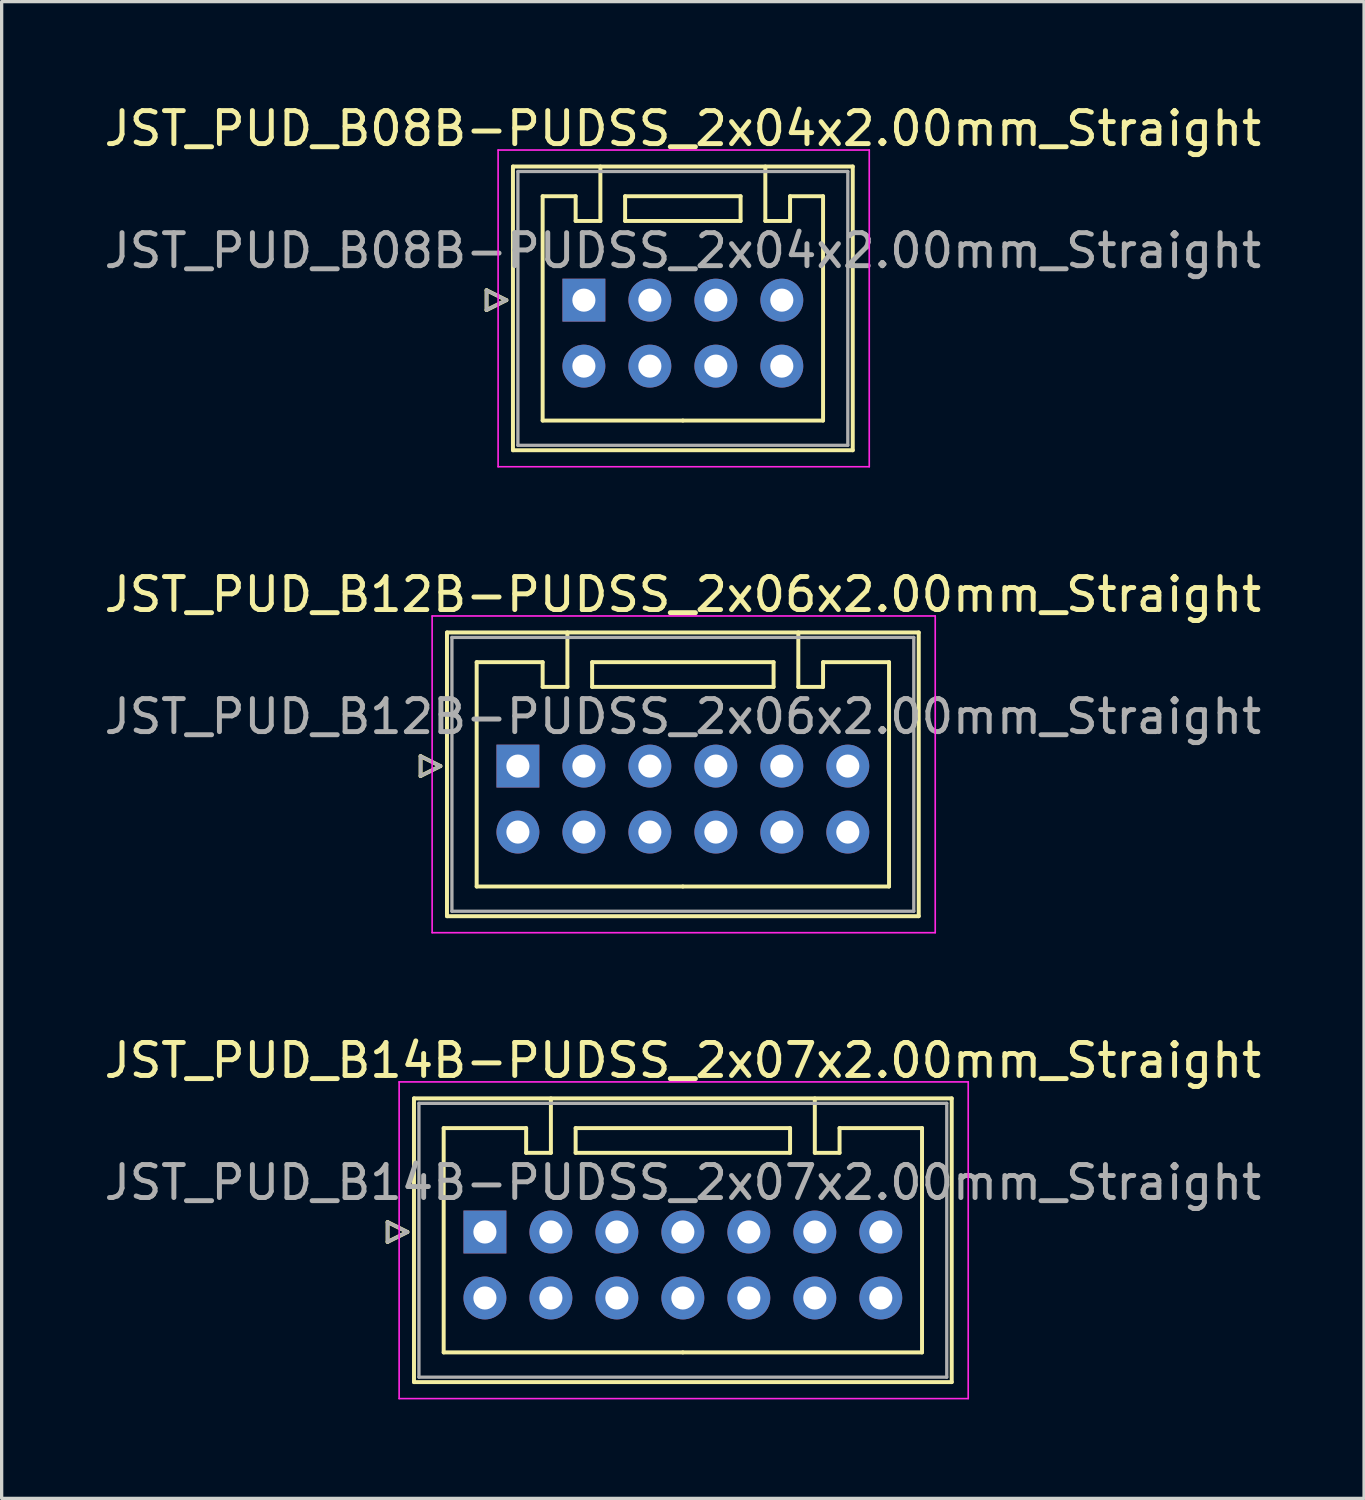
<source format=kicad_pcb>
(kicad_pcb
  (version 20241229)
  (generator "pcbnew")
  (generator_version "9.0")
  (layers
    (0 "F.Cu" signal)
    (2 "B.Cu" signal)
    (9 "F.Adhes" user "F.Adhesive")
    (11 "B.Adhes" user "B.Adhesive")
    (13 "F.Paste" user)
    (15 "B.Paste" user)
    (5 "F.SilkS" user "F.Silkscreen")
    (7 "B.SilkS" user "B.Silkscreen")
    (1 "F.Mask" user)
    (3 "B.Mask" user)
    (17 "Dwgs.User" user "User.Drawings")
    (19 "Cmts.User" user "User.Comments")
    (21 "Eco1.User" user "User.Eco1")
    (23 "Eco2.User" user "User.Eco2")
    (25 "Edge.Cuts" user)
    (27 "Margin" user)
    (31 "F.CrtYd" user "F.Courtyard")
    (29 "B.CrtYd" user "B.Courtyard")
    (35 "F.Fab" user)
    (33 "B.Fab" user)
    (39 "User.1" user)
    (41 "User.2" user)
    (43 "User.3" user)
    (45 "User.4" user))
  (footprint "JST_PUD_B08B-PUDSS_2x04x2.00mm_Straight"
    (layer "F.Cu")
    (at 14.649 6.048)
    (property "Reference" "JST_PUD_B08B-PUDSS_2x04x2.00mm_Straight" (at 3 -5.2 0) (layer "F.SilkS") (effects (font (size 1 1) (thickness 0.15))))
    (attr through_hole)
    (fp_line (start -2.95 -0.3) (end -2.35 0) (stroke (width 0.12) (type solid)) (layer "F.SilkS"))
    (fp_line (start -2.95 0.3) (end -2.95 -0.3) (stroke (width 0.12) (type solid)) (layer "F.SilkS"))
    (fp_line (start -2.35 0) (end -2.95 0.3) (stroke (width 0.12) (type solid)) (layer "F.SilkS"))
    (fp_line (start -2.15 -4.05) (end -2.15 4.55) (stroke (width 0.12) (type solid)) (layer "F.SilkS"))
    (fp_line (start -2.15 4.55) (end 8.15 4.55) (stroke (width 0.12) (type solid)) (layer "F.SilkS"))
    (fp_line (start -1.25 -3.15) (end -1.25 3.65) (stroke (width 0.12) (type solid)) (layer "F.SilkS"))
    (fp_line (start -1.25 3.65) (end 3 3.65) (stroke (width 0.12) (type solid)) (layer "F.SilkS"))
    (fp_line (start -0.25 -3.15) (end -1.25 -3.15) (stroke (width 0.12) (type solid)) (layer "F.SilkS"))
    (fp_line (start -0.25 -2.4) (end -0.25 -3.15) (stroke (width 0.12) (type solid)) (layer "F.SilkS"))
    (fp_line (start 0.5 -4.05) (end 0.5 -2.4) (stroke (width 0.12) (type solid)) (layer "F.SilkS"))
    (fp_line (start 0.5 -2.4) (end -0.25 -2.4) (stroke (width 0.12) (type solid)) (layer "F.SilkS"))
    (fp_line (start 1.25 -3.15) (end 1.25 -2.4) (stroke (width 0.12) (type solid)) (layer "F.SilkS"))
    (fp_line (start 1.25 -2.4) (end 4.75 -2.4) (stroke (width 0.12) (type solid)) (layer "F.SilkS"))
    (fp_line (start 4.75 -3.15) (end 1.25 -3.15) (stroke (width 0.12) (type solid)) (layer "F.SilkS"))
    (fp_line (start 4.75 -2.4) (end 4.75 -3.15) (stroke (width 0.12) (type solid)) (layer "F.SilkS"))
    (fp_line (start 5.5 -4.05) (end 5.5 -2.4) (stroke (width 0.12) (type solid)) (layer "F.SilkS"))
    (fp_line (start 5.5 -2.4) (end 6.25 -2.4) (stroke (width 0.12) (type solid)) (layer "F.SilkS"))
    (fp_line (start 6.25 -3.15) (end 7.25 -3.15) (stroke (width 0.12) (type solid)) (layer "F.SilkS"))
    (fp_line (start 6.25 -2.4) (end 6.25 -3.15) (stroke (width 0.12) (type solid)) (layer "F.SilkS"))
    (fp_line (start 7.25 -3.15) (end 7.25 3.65) (stroke (width 0.12) (type solid)) (layer "F.SilkS"))
    (fp_line (start 7.25 3.65) (end 3 3.65) (stroke (width 0.12) (type solid)) (layer "F.SilkS"))
    (fp_line (start 8.15 -4.05) (end -2.15 -4.05) (stroke (width 0.12) (type solid)) (layer "F.SilkS"))
    (fp_line (start 8.15 4.55) (end 8.15 -4.05) (stroke (width 0.12) (type solid)) (layer "F.SilkS"))
    (fp_line (start -2.6 -4.55) (end -2.6 5.05) (stroke (width 0.05) (type solid)) (layer "F.CrtYd"))
    (fp_line (start -2.6 5.05) (end 8.65 5.05) (stroke (width 0.05) (type solid)) (layer "F.CrtYd"))
    (fp_line (start 8.65 -4.55) (end -2.6 -4.55) (stroke (width 0.05) (type solid)) (layer "F.CrtYd"))
    (fp_line (start 8.65 5.05) (end 8.65 -4.55) (stroke (width 0.05) (type solid)) (layer "F.CrtYd"))
    (fp_line (start -2.95 -0.3) (end -2.35 0) (stroke (width 0.1) (type solid)) (layer "F.Fab"))
    (fp_line (start -2.95 0.3) (end -2.95 -0.3) (stroke (width 0.1) (type solid)) (layer "F.Fab"))
    (fp_line (start -2.35 0) (end -2.95 0.3) (stroke (width 0.1) (type solid)) (layer "F.Fab"))
    (fp_line (start -2 -3.9) (end -2 4.4) (stroke (width 0.1) (type solid)) (layer "F.Fab"))
    (fp_line (start -2 4.4) (end 8 4.4) (stroke (width 0.1) (type solid)) (layer "F.Fab"))
    (fp_line (start 8 -3.9) (end -2 -3.9) (stroke (width 0.1) (type solid)) (layer "F.Fab"))
    (fp_line (start 8 4.4) (end 8 -3.9) (stroke (width 0.1) (type solid)) (layer "F.Fab"))
    (fp_text user "${REFERENCE}" (at 3 -1.5 0) (layer "F.Fab") (effects (font (size 1 1) (thickness 0.15))))
    (pad "1" thru_hole rect (at 0 0) (size 1.3 1.3) (drill 0.7) (layers "*.Cu" "*.Mask"))
    (pad "2" thru_hole circle (at 0 2) (size 1.3 1.3) (drill 0.7) (layers "*.Cu" "*.Mask"))
    (pad "3" thru_hole circle (at 2 0) (size 1.3 1.3) (drill 0.7) (layers "*.Cu" "*.Mask"))
    (pad "4" thru_hole circle (at 2 2) (size 1.3 1.3) (drill 0.7) (layers "*.Cu" "*.Mask"))
    (pad "5" thru_hole circle (at 4 0) (size 1.3 1.3) (drill 0.7) (layers "*.Cu" "*.Mask"))
    (pad "6" thru_hole circle (at 4 2) (size 1.3 1.3) (drill 0.7) (layers "*.Cu" "*.Mask"))
    (pad "7" thru_hole circle (at 6 0) (size 1.3 1.3) (drill 0.7) (layers "*.Cu" "*.Mask"))
    (pad "8" thru_hole circle (at 6 2) (size 1.3 1.3) (drill 0.7) (layers "*.Cu" "*.Mask")))
  (footprint "JST_PUD_B12B-PUDSS_2x06x2.00mm_Straight"
    (layer "F.Cu")
    (at 12.649 20.172)
    (property "Reference" "JST_PUD_B12B-PUDSS_2x06x2.00mm_Straight" (at 5 -5.2 0) (layer "F.SilkS") (effects (font (size 1 1) (thickness 0.15))))
    (attr through_hole)
    (fp_line (start -2.95 -0.3) (end -2.35 0) (stroke (width 0.12) (type solid)) (layer "F.SilkS"))
    (fp_line (start -2.95 0.3) (end -2.95 -0.3) (stroke (width 0.12) (type solid)) (layer "F.SilkS"))
    (fp_line (start -2.35 0) (end -2.95 0.3) (stroke (width 0.12) (type solid)) (layer "F.SilkS"))
    (fp_line (start -2.15 -4.05) (end -2.15 4.55) (stroke (width 0.12) (type solid)) (layer "F.SilkS"))
    (fp_line (start -2.15 4.55) (end 12.15 4.55) (stroke (width 0.12) (type solid)) (layer "F.SilkS"))
    (fp_line (start -1.25 -3.15) (end -1.25 3.65) (stroke (width 0.12) (type solid)) (layer "F.SilkS"))
    (fp_line (start -1.25 3.65) (end 5 3.65) (stroke (width 0.12) (type solid)) (layer "F.SilkS"))
    (fp_line (start 0.75 -3.15) (end -1.25 -3.15) (stroke (width 0.12) (type solid)) (layer "F.SilkS"))
    (fp_line (start 0.75 -2.4) (end 0.75 -3.15) (stroke (width 0.12) (type solid)) (layer "F.SilkS"))
    (fp_line (start 1.5 -4.05) (end 1.5 -2.4) (stroke (width 0.12) (type solid)) (layer "F.SilkS"))
    (fp_line (start 1.5 -2.4) (end 0.75 -2.4) (stroke (width 0.12) (type solid)) (layer "F.SilkS"))
    (fp_line (start 2.25 -3.15) (end 2.25 -2.4) (stroke (width 0.12) (type solid)) (layer "F.SilkS"))
    (fp_line (start 2.25 -2.4) (end 7.75 -2.4) (stroke (width 0.12) (type solid)) (layer "F.SilkS"))
    (fp_line (start 7.75 -3.15) (end 2.25 -3.15) (stroke (width 0.12) (type solid)) (layer "F.SilkS"))
    (fp_line (start 7.75 -2.4) (end 7.75 -3.15) (stroke (width 0.12) (type solid)) (layer "F.SilkS"))
    (fp_line (start 8.5 -4.05) (end 8.5 -2.4) (stroke (width 0.12) (type solid)) (layer "F.SilkS"))
    (fp_line (start 8.5 -2.4) (end 9.25 -2.4) (stroke (width 0.12) (type solid)) (layer "F.SilkS"))
    (fp_line (start 9.25 -3.15) (end 11.25 -3.15) (stroke (width 0.12) (type solid)) (layer "F.SilkS"))
    (fp_line (start 9.25 -2.4) (end 9.25 -3.15) (stroke (width 0.12) (type solid)) (layer "F.SilkS"))
    (fp_line (start 11.25 -3.15) (end 11.25 3.65) (stroke (width 0.12) (type solid)) (layer "F.SilkS"))
    (fp_line (start 11.25 3.65) (end 5 3.65) (stroke (width 0.12) (type solid)) (layer "F.SilkS"))
    (fp_line (start 12.15 -4.05) (end -2.15 -4.05) (stroke (width 0.12) (type solid)) (layer "F.SilkS"))
    (fp_line (start 12.15 4.55) (end 12.15 -4.05) (stroke (width 0.12) (type solid)) (layer "F.SilkS"))
    (fp_line (start -2.6 -4.55) (end -2.6 5.05) (stroke (width 0.05) (type solid)) (layer "F.CrtYd"))
    (fp_line (start -2.6 5.05) (end 12.65 5.05) (stroke (width 0.05) (type solid)) (layer "F.CrtYd"))
    (fp_line (start 12.65 -4.55) (end -2.6 -4.55) (stroke (width 0.05) (type solid)) (layer "F.CrtYd"))
    (fp_line (start 12.65 5.05) (end 12.65 -4.55) (stroke (width 0.05) (type solid)) (layer "F.CrtYd"))
    (fp_line (start -2.95 -0.3) (end -2.35 0) (stroke (width 0.1) (type solid)) (layer "F.Fab"))
    (fp_line (start -2.95 0.3) (end -2.95 -0.3) (stroke (width 0.1) (type solid)) (layer "F.Fab"))
    (fp_line (start -2.35 0) (end -2.95 0.3) (stroke (width 0.1) (type solid)) (layer "F.Fab"))
    (fp_line (start -2 -3.9) (end -2 4.4) (stroke (width 0.1) (type solid)) (layer "F.Fab"))
    (fp_line (start -2 4.4) (end 12 4.4) (stroke (width 0.1) (type solid)) (layer "F.Fab"))
    (fp_line (start 12 -3.9) (end -2 -3.9) (stroke (width 0.1) (type solid)) (layer "F.Fab"))
    (fp_line (start 12 4.4) (end 12 -3.9) (stroke (width 0.1) (type solid)) (layer "F.Fab"))
    (fp_text user "${REFERENCE}" (at 5 -1.5 0) (layer "F.Fab") (effects (font (size 1 1) (thickness 0.15))))
    (pad "1" thru_hole rect (at 0 0) (size 1.3 1.3) (drill 0.7) (layers "*.Cu" "*.Mask"))
    (pad "2" thru_hole circle (at 0 2) (size 1.3 1.3) (drill 0.7) (layers "*.Cu" "*.Mask"))
    (pad "3" thru_hole circle (at 2 0) (size 1.3 1.3) (drill 0.7) (layers "*.Cu" "*.Mask"))
    (pad "4" thru_hole circle (at 2 2) (size 1.3 1.3) (drill 0.7) (layers "*.Cu" "*.Mask"))
    (pad "5" thru_hole circle (at 4 0) (size 1.3 1.3) (drill 0.7) (layers "*.Cu" "*.Mask"))
    (pad "6" thru_hole circle (at 4 2) (size 1.3 1.3) (drill 0.7) (layers "*.Cu" "*.Mask"))
    (pad "7" thru_hole circle (at 6 0) (size 1.3 1.3) (drill 0.7) (layers "*.Cu" "*.Mask"))
    (pad "8" thru_hole circle (at 6 2) (size 1.3 1.3) (drill 0.7) (layers "*.Cu" "*.Mask"))
    (pad "9" thru_hole circle (at 8 0) (size 1.3 1.3) (drill 0.7) (layers "*.Cu" "*.Mask"))
    (pad "10" thru_hole circle (at 8 2) (size 1.3 1.3) (drill 0.7) (layers "*.Cu" "*.Mask"))
    (pad "11" thru_hole circle (at 10 0) (size 1.3 1.3) (drill 0.7) (layers "*.Cu" "*.Mask"))
    (pad "12" thru_hole circle (at 10 2) (size 1.3 1.3) (drill 0.7) (layers "*.Cu" "*.Mask")))
  (footprint "JST_PUD_B14B-PUDSS_2x07x2.00mm_Straight"
    (layer "F.Cu")
    (at 11.649 34.295)
    (property "Reference" "JST_PUD_B14B-PUDSS_2x07x2.00mm_Straight" (at 6 -5.2 0) (layer "F.SilkS") (effects (font (size 1 1) (thickness 0.15))))
    (attr through_hole)
    (fp_line (start -2.95 -0.3) (end -2.35 0) (stroke (width 0.12) (type solid)) (layer "F.SilkS"))
    (fp_line (start -2.95 0.3) (end -2.95 -0.3) (stroke (width 0.12) (type solid)) (layer "F.SilkS"))
    (fp_line (start -2.35 0) (end -2.95 0.3) (stroke (width 0.12) (type solid)) (layer "F.SilkS"))
    (fp_line (start -2.15 -4.05) (end -2.15 4.55) (stroke (width 0.12) (type solid)) (layer "F.SilkS"))
    (fp_line (start -2.15 4.55) (end 14.15 4.55) (stroke (width 0.12) (type solid)) (layer "F.SilkS"))
    (fp_line (start -1.25 -3.15) (end -1.25 3.65) (stroke (width 0.12) (type solid)) (layer "F.SilkS"))
    (fp_line (start -1.25 3.65) (end 6 3.65) (stroke (width 0.12) (type solid)) (layer "F.SilkS"))
    (fp_line (start 1.25 -3.15) (end -1.25 -3.15) (stroke (width 0.12) (type solid)) (layer "F.SilkS"))
    (fp_line (start 1.25 -2.4) (end 1.25 -3.15) (stroke (width 0.12) (type solid)) (layer "F.SilkS"))
    (fp_line (start 2 -4.05) (end 2 -2.4) (stroke (width 0.12) (type solid)) (layer "F.SilkS"))
    (fp_line (start 2 -2.4) (end 1.25 -2.4) (stroke (width 0.12) (type solid)) (layer "F.SilkS"))
    (fp_line (start 2.75 -3.15) (end 2.75 -2.4) (stroke (width 0.12) (type solid)) (layer "F.SilkS"))
    (fp_line (start 2.75 -2.4) (end 9.25 -2.4) (stroke (width 0.12) (type solid)) (layer "F.SilkS"))
    (fp_line (start 9.25 -3.15) (end 2.75 -3.15) (stroke (width 0.12) (type solid)) (layer "F.SilkS"))
    (fp_line (start 9.25 -2.4) (end 9.25 -3.15) (stroke (width 0.12) (type solid)) (layer "F.SilkS"))
    (fp_line (start 10 -4.05) (end 10 -2.4) (stroke (width 0.12) (type solid)) (layer "F.SilkS"))
    (fp_line (start 10 -2.4) (end 10.75 -2.4) (stroke (width 0.12) (type solid)) (layer "F.SilkS"))
    (fp_line (start 10.75 -3.15) (end 13.25 -3.15) (stroke (width 0.12) (type solid)) (layer "F.SilkS"))
    (fp_line (start 10.75 -2.4) (end 10.75 -3.15) (stroke (width 0.12) (type solid)) (layer "F.SilkS"))
    (fp_line (start 13.25 -3.15) (end 13.25 3.65) (stroke (width 0.12) (type solid)) (layer "F.SilkS"))
    (fp_line (start 13.25 3.65) (end 6 3.65) (stroke (width 0.12) (type solid)) (layer "F.SilkS"))
    (fp_line (start 14.15 -4.05) (end -2.15 -4.05) (stroke (width 0.12) (type solid)) (layer "F.SilkS"))
    (fp_line (start 14.15 4.55) (end 14.15 -4.05) (stroke (width 0.12) (type solid)) (layer "F.SilkS"))
    (fp_line (start -2.6 -4.55) (end -2.6 5.05) (stroke (width 0.05) (type solid)) (layer "F.CrtYd"))
    (fp_line (start -2.6 5.05) (end 14.65 5.05) (stroke (width 0.05) (type solid)) (layer "F.CrtYd"))
    (fp_line (start 14.65 -4.55) (end -2.6 -4.55) (stroke (width 0.05) (type solid)) (layer "F.CrtYd"))
    (fp_line (start 14.65 5.05) (end 14.65 -4.55) (stroke (width 0.05) (type solid)) (layer "F.CrtYd"))
    (fp_line (start -2.95 -0.3) (end -2.35 0) (stroke (width 0.1) (type solid)) (layer "F.Fab"))
    (fp_line (start -2.95 0.3) (end -2.95 -0.3) (stroke (width 0.1) (type solid)) (layer "F.Fab"))
    (fp_line (start -2.35 0) (end -2.95 0.3) (stroke (width 0.1) (type solid)) (layer "F.Fab"))
    (fp_line (start -2 -3.9) (end -2 4.4) (stroke (width 0.1) (type solid)) (layer "F.Fab"))
    (fp_line (start -2 4.4) (end 14 4.4) (stroke (width 0.1) (type solid)) (layer "F.Fab"))
    (fp_line (start 14 -3.9) (end -2 -3.9) (stroke (width 0.1) (type solid)) (layer "F.Fab"))
    (fp_line (start 14 4.4) (end 14 -3.9) (stroke (width 0.1) (type solid)) (layer "F.Fab"))
    (fp_text user "${REFERENCE}" (at 6 -1.5 0) (layer "F.Fab") (effects (font (size 1 1) (thickness 0.15))))
    (pad "1" thru_hole rect (at 0 0) (size 1.3 1.3) (drill 0.7) (layers "*.Cu" "*.Mask"))
    (pad "2" thru_hole circle (at 0 2) (size 1.3 1.3) (drill 0.7) (layers "*.Cu" "*.Mask"))
    (pad "3" thru_hole circle (at 2 0) (size 1.3 1.3) (drill 0.7) (layers "*.Cu" "*.Mask"))
    (pad "4" thru_hole circle (at 2 2) (size 1.3 1.3) (drill 0.7) (layers "*.Cu" "*.Mask"))
    (pad "5" thru_hole circle (at 4 0) (size 1.3 1.3) (drill 0.7) (layers "*.Cu" "*.Mask"))
    (pad "6" thru_hole circle (at 4 2) (size 1.3 1.3) (drill 0.7) (layers "*.Cu" "*.Mask"))
    (pad "7" thru_hole circle (at 6 0) (size 1.3 1.3) (drill 0.7) (layers "*.Cu" "*.Mask"))
    (pad "8" thru_hole circle (at 6 2) (size 1.3 1.3) (drill 0.7) (layers "*.Cu" "*.Mask"))
    (pad "9" thru_hole circle (at 8 0) (size 1.3 1.3) (drill 0.7) (layers "*.Cu" "*.Mask"))
    (pad "10" thru_hole circle (at 8 2) (size 1.3 1.3) (drill 0.7) (layers "*.Cu" "*.Mask"))
    (pad "11" thru_hole circle (at 10 0) (size 1.3 1.3) (drill 0.7) (layers "*.Cu" "*.Mask"))
    (pad "12" thru_hole circle (at 10 2) (size 1.3 1.3) (drill 0.7) (layers "*.Cu" "*.Mask"))
    (pad "13" thru_hole circle (at 12 0) (size 1.3 1.3) (drill 0.7) (layers "*.Cu" "*.Mask"))
    (pad "14" thru_hole circle (at 12 2) (size 1.3 1.3) (drill 0.7) (layers "*.Cu" "*.Mask")))
  (gr_rect
    (start -3 -3)
    (end 38.298 42.37)
    (stroke (width 0.1) (type default))
    (fill no)
    (layer "Edge.Cuts")))
</source>
